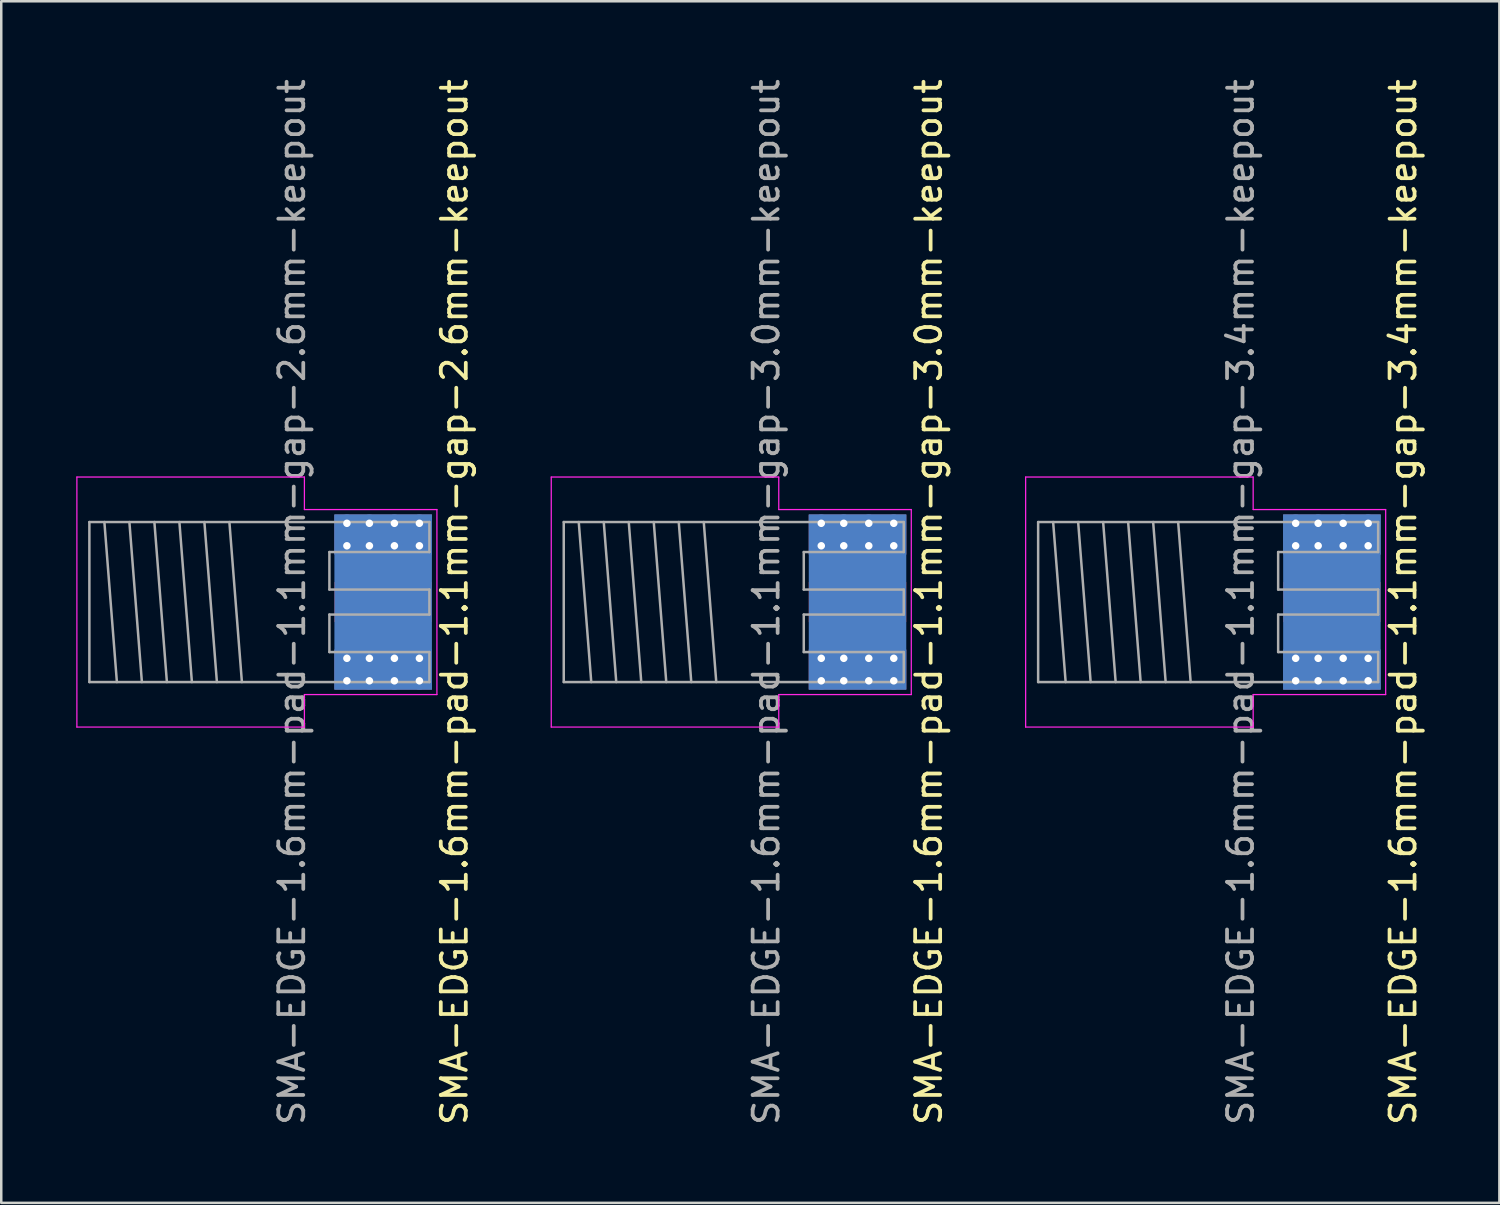
<source format=kicad_pcb>
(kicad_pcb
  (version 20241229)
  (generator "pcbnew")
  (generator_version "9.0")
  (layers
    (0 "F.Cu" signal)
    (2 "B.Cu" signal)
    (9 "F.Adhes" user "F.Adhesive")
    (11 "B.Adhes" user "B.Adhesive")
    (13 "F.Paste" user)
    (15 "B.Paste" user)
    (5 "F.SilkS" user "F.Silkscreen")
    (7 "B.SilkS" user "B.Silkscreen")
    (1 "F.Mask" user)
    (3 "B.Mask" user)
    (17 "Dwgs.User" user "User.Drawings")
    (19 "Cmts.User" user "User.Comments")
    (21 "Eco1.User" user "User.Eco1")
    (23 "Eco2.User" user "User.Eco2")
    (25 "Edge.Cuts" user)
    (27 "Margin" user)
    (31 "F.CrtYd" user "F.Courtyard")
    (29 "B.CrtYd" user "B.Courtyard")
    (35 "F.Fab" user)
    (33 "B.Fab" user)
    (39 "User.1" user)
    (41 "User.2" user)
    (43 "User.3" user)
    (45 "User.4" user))
  (footprint "SMA-EDGE-1.6mm-pad-1.1mm-gap-3.0mm-keepout"
    (layer "F.Cu")
    (at 29.098 21.03)
    (property "Reference" "SMA-EDGE-1.6mm-pad-1.1mm-gap-3.0mm-keepout" (at 5 0 90) (layer "F.SilkS") (effects (font (size 1 1) (thickness 0.15))))
    (attr through_hole)
    (fp_line (start -10.1 -5) (end -10.1 5) (stroke (width 0.05) (type solid)) (layer "F.CrtYd"))
    (fp_line (start -10.1 -5) (end -1 -5) (stroke (width 0.05) (type solid)) (layer "F.CrtYd"))
    (fp_line (start -10.1 5) (end -1 5) (stroke (width 0.05) (type solid)) (layer "F.CrtYd"))
    (fp_line (start -1 -5) (end -1 -3.7) (stroke (width 0.05) (type solid)) (layer "F.CrtYd"))
    (fp_line (start -1 3.7) (end 4.3 3.7) (stroke (width 0.05) (type solid)) (layer "F.CrtYd"))
    (fp_line (start -1 5) (end -1 3.7) (stroke (width 0.05) (type solid)) (layer "F.CrtYd"))
    (fp_line (start 4.3 -3.7) (end -1 -3.7) (stroke (width 0.05) (type solid)) (layer "F.CrtYd"))
    (fp_line (start 4.3 3.7) (end 4.3 -3.7) (stroke (width 0.05) (type solid)) (layer "F.CrtYd"))
    (fp_line (start -9.6 -3.2) (end 4 -3.2) (stroke (width 0.1) (type solid)) (layer "F.Fab"))
    (fp_line (start -9.6 3.2) (end -9.6 -3.2) (stroke (width 0.1) (type solid)) (layer "F.Fab"))
    (fp_line (start -9.6 3.2) (end 4 3.2) (stroke (width 0.1) (type solid)) (layer "F.Fab"))
    (fp_line (start -9 -3.2) (end -8.5 3.2) (stroke (width 0.1) (type solid)) (layer "F.Fab"))
    (fp_line (start -8 -3.2) (end -7.5 3.2) (stroke (width 0.1) (type solid)) (layer "F.Fab"))
    (fp_line (start -7 -3.2) (end -6.5 3.2) (stroke (width 0.1) (type solid)) (layer "F.Fab"))
    (fp_line (start -6 -3.2) (end -5.5 3.2) (stroke (width 0.1) (type solid)) (layer "F.Fab"))
    (fp_line (start -5 -3.2) (end -4.5 3.2) (stroke (width 0.1) (type solid)) (layer "F.Fab"))
    (fp_line (start -4 -3.2) (end -3.5 3.2) (stroke (width 0.1) (type solid)) (layer "F.Fab"))
    (fp_line (start 0 -2) (end 4 -2) (stroke (width 0.1) (type solid)) (layer "F.Fab"))
    (fp_line (start 0 -0.5) (end 0 -2) (stroke (width 0.1) (type solid)) (layer "F.Fab"))
    (fp_line (start 0 0.5) (end 4 0.5) (stroke (width 0.1) (type solid)) (layer "F.Fab"))
    (fp_line (start 0 2) (end 0 0.5) (stroke (width 0.1) (type solid)) (layer "F.Fab"))
    (fp_line (start 4 -2) (end 4 -3.2) (stroke (width 0.1) (type solid)) (layer "F.Fab"))
    (fp_line (start 4 -0.5) (end 0 -0.5) (stroke (width 0.1) (type solid)) (layer "F.Fab"))
    (fp_line (start 4 0.5) (end 4 -0.5) (stroke (width 0.1) (type solid)) (layer "F.Fab"))
    (fp_line (start 4 2) (end 0 2) (stroke (width 0.1) (type solid)) (layer "F.Fab"))
    (fp_line (start 4 3.2) (end 4 2) (stroke (width 0.1) (type solid)) (layer "F.Fab"))
    (fp_text user "${REFERENCE}" (at -1.5 0 90) (layer "F.Fab") (effects (font (size 1 1) (thickness 0.15))))
    (pad "1" smd rect (at 2.15 0) (size 3.9 1.6) (layers "F.Cu" "F.Mask"))
    (pad "2" thru_hole circle (at 0.7 -3.15) (size 0.7 0.7) (drill 0.3) (layers "*.Cu" "*.Mask"))
    (pad "2" thru_hole circle (at 0.7 -2.25) (size 0.7 0.7) (drill 0.3) (layers "*.Cu" "*.Mask"))
    (pad "2" thru_hole circle (at 0.7 2.25) (size 0.7 0.7) (drill 0.3) (layers "*.Cu" "*.Mask"))
    (pad "2" thru_hole circle (at 0.7 3.15) (size 0.7 0.7) (drill 0.3) (layers "*.Cu" "*.Mask"))
    (pad "2" thru_hole circle (at 1.6 -3.15) (size 0.7 0.7) (drill 0.3) (layers "*.Cu" "*.Mask"))
    (pad "2" thru_hole circle (at 1.6 -2.25) (size 0.7 0.7) (drill 0.3) (layers "*.Cu" "*.Mask"))
    (pad "2" thru_hole circle (at 1.6 2.25) (size 0.7 0.7) (drill 0.3) (layers "*.Cu" "*.Mask"))
    (pad "2" thru_hole circle (at 1.6 3.15) (size 0.7 0.7) (drill 0.3) (layers "*.Cu" "*.Mask"))
    (pad "2" smd rect (at 2.15 -2.7) (size 3.9 1.6) (layers "F.Cu" "F.Mask"))
    (pad "2" smd rect (at 2.15 -2.7) (size 3.9 1.6) (layers "B.Cu" "B.Mask"))
    (pad "2" smd rect (at 2.15 0) (size 3.9 7) (layers "B.Cu"))
    (pad "2" smd rect (at 2.15 2.7) (size 3.9 1.6) (layers "F.Cu" "F.Mask"))
    (pad "2" smd rect (at 2.15 2.7) (size 3.9 1.6) (layers "B.Cu" "B.Mask"))
    (pad "2" thru_hole circle (at 2.6 -3.15) (size 0.7 0.7) (drill 0.3) (layers "*.Cu" "*.Mask"))
    (pad "2" thru_hole circle (at 2.6 -2.25) (size 0.7 0.7) (drill 0.3) (layers "*.Cu" "*.Mask"))
    (pad "2" thru_hole circle (at 2.6 2.25) (size 0.7 0.7) (drill 0.3) (layers "*.Cu" "*.Mask"))
    (pad "2" thru_hole circle (at 2.6 3.15) (size 0.7 0.7) (drill 0.3) (layers "*.Cu" "*.Mask"))
    (pad "2" thru_hole circle (at 3.6 -3.15) (size 0.7 0.7) (drill 0.3) (layers "*.Cu" "*.Mask"))
    (pad "2" thru_hole circle (at 3.6 -2.25) (size 0.7 0.7) (drill 0.3) (layers "*.Cu" "*.Mask"))
    (pad "2" thru_hole circle (at 3.6 2.25) (size 0.7 0.7) (drill 0.3) (layers "*.Cu" "*.Mask"))
    (pad "2" thru_hole circle (at 3.6 3.15) (size 0.7 0.7) (drill 0.3) (layers "*.Cu" "*.Mask"))
    (zone (net_name "") (layer "In1.Cu") (name "SMA keepout") (hatch edge 0.508) (connect_pads) (min_thickness 0.254) (filled_areas_thickness no) (keepout (tracks not_allowed) (vias not_allowed) (pads not_allowed) (copperpour not_allowed) (footprints not_allowed)) (placement (enabled no)) (fill) (polygon (pts (xy 33.198 22.53) (xy 29.098 22.53) (xy 29.098 19.53) (xy 33.198 19.53)))))
  (footprint "SMA-EDGE-1.6mm-pad-1.1mm-gap-3.4mm-keepout"
    (layer "F.Cu")
    (at 48.072 21.03)
    (property "Reference" "SMA-EDGE-1.6mm-pad-1.1mm-gap-3.4mm-keepout" (at 5 0 90) (layer "F.SilkS") (effects (font (size 1 1) (thickness 0.15))))
    (attr through_hole)
    (fp_line (start -10.1 -5) (end -10.1 5) (stroke (width 0.05) (type solid)) (layer "F.CrtYd"))
    (fp_line (start -10.1 -5) (end -1 -5) (stroke (width 0.05) (type solid)) (layer "F.CrtYd"))
    (fp_line (start -10.1 5) (end -1 5) (stroke (width 0.05) (type solid)) (layer "F.CrtYd"))
    (fp_line (start -1 -5) (end -1 -3.7) (stroke (width 0.05) (type solid)) (layer "F.CrtYd"))
    (fp_line (start -1 3.7) (end 4.3 3.7) (stroke (width 0.05) (type solid)) (layer "F.CrtYd"))
    (fp_line (start -1 5) (end -1 3.7) (stroke (width 0.05) (type solid)) (layer "F.CrtYd"))
    (fp_line (start 4.3 -3.7) (end -1 -3.7) (stroke (width 0.05) (type solid)) (layer "F.CrtYd"))
    (fp_line (start 4.3 3.7) (end 4.3 -3.7) (stroke (width 0.05) (type solid)) (layer "F.CrtYd"))
    (fp_line (start -9.6 -3.2) (end 4 -3.2) (stroke (width 0.1) (type solid)) (layer "F.Fab"))
    (fp_line (start -9.6 3.2) (end -9.6 -3.2) (stroke (width 0.1) (type solid)) (layer "F.Fab"))
    (fp_line (start -9.6 3.2) (end 4 3.2) (stroke (width 0.1) (type solid)) (layer "F.Fab"))
    (fp_line (start -9 -3.2) (end -8.5 3.2) (stroke (width 0.1) (type solid)) (layer "F.Fab"))
    (fp_line (start -8 -3.2) (end -7.5 3.2) (stroke (width 0.1) (type solid)) (layer "F.Fab"))
    (fp_line (start -7 -3.2) (end -6.5 3.2) (stroke (width 0.1) (type solid)) (layer "F.Fab"))
    (fp_line (start -6 -3.2) (end -5.5 3.2) (stroke (width 0.1) (type solid)) (layer "F.Fab"))
    (fp_line (start -5 -3.2) (end -4.5 3.2) (stroke (width 0.1) (type solid)) (layer "F.Fab"))
    (fp_line (start -4 -3.2) (end -3.5 3.2) (stroke (width 0.1) (type solid)) (layer "F.Fab"))
    (fp_line (start 0 -2) (end 4 -2) (stroke (width 0.1) (type solid)) (layer "F.Fab"))
    (fp_line (start 0 -0.5) (end 0 -2) (stroke (width 0.1) (type solid)) (layer "F.Fab"))
    (fp_line (start 0 0.5) (end 4 0.5) (stroke (width 0.1) (type solid)) (layer "F.Fab"))
    (fp_line (start 0 2) (end 0 0.5) (stroke (width 0.1) (type solid)) (layer "F.Fab"))
    (fp_line (start 4 -2) (end 4 -3.2) (stroke (width 0.1) (type solid)) (layer "F.Fab"))
    (fp_line (start 4 -0.5) (end 0 -0.5) (stroke (width 0.1) (type solid)) (layer "F.Fab"))
    (fp_line (start 4 0.5) (end 4 -0.5) (stroke (width 0.1) (type solid)) (layer "F.Fab"))
    (fp_line (start 4 2) (end 0 2) (stroke (width 0.1) (type solid)) (layer "F.Fab"))
    (fp_line (start 4 3.2) (end 4 2) (stroke (width 0.1) (type solid)) (layer "F.Fab"))
    (fp_text user "${REFERENCE}" (at -1.5 0 90) (layer "F.Fab") (effects (font (size 1 1) (thickness 0.15))))
    (pad "1" smd rect (at 2.15 0) (size 3.9 1.6) (layers "F.Cu" "F.Mask"))
    (pad "2" thru_hole circle (at 0.7 -3.15) (size 0.7 0.7) (drill 0.3) (layers "*.Cu" "*.Mask"))
    (pad "2" thru_hole circle (at 0.7 -2.25) (size 0.7 0.7) (drill 0.3) (layers "*.Cu" "*.Mask"))
    (pad "2" thru_hole circle (at 0.7 2.25) (size 0.7 0.7) (drill 0.3) (layers "*.Cu" "*.Mask"))
    (pad "2" thru_hole circle (at 0.7 3.15) (size 0.7 0.7) (drill 0.3) (layers "*.Cu" "*.Mask"))
    (pad "2" thru_hole circle (at 1.6 -3.15) (size 0.7 0.7) (drill 0.3) (layers "*.Cu" "*.Mask"))
    (pad "2" thru_hole circle (at 1.6 -2.25) (size 0.7 0.7) (drill 0.3) (layers "*.Cu" "*.Mask"))
    (pad "2" thru_hole circle (at 1.6 2.25) (size 0.7 0.7) (drill 0.3) (layers "*.Cu" "*.Mask"))
    (pad "2" thru_hole circle (at 1.6 3.15) (size 0.7 0.7) (drill 0.3) (layers "*.Cu" "*.Mask"))
    (pad "2" smd rect (at 2.15 -2.7) (size 3.9 1.6) (layers "F.Cu" "F.Mask"))
    (pad "2" smd rect (at 2.15 -2.7) (size 3.9 1.6) (layers "B.Cu" "B.Mask"))
    (pad "2" smd rect (at 2.15 0) (size 3.9 7) (layers "B.Cu"))
    (pad "2" smd rect (at 2.15 2.7) (size 3.9 1.6) (layers "F.Cu" "F.Mask"))
    (pad "2" smd rect (at 2.15 2.7) (size 3.9 1.6) (layers "B.Cu" "B.Mask"))
    (pad "2" thru_hole circle (at 2.6 -3.15) (size 0.7 0.7) (drill 0.3) (layers "*.Cu" "*.Mask"))
    (pad "2" thru_hole circle (at 2.6 -2.25) (size 0.7 0.7) (drill 0.3) (layers "*.Cu" "*.Mask"))
    (pad "2" thru_hole circle (at 2.6 2.25) (size 0.7 0.7) (drill 0.3) (layers "*.Cu" "*.Mask"))
    (pad "2" thru_hole circle (at 2.6 3.15) (size 0.7 0.7) (drill 0.3) (layers "*.Cu" "*.Mask"))
    (pad "2" thru_hole circle (at 3.6 -3.15) (size 0.7 0.7) (drill 0.3) (layers "*.Cu" "*.Mask"))
    (pad "2" thru_hole circle (at 3.6 -2.25) (size 0.7 0.7) (drill 0.3) (layers "*.Cu" "*.Mask"))
    (pad "2" thru_hole circle (at 3.6 2.25) (size 0.7 0.7) (drill 0.3) (layers "*.Cu" "*.Mask"))
    (pad "2" thru_hole circle (at 3.6 3.15) (size 0.7 0.7) (drill 0.3) (layers "*.Cu" "*.Mask"))
    (zone (net_name "") (layer "In1.Cu") (name "SMA keepout") (hatch edge 0.508) (connect_pads) (min_thickness 0.254) (filled_areas_thickness no) (keepout (tracks not_allowed) (vias not_allowed) (pads not_allowed) (copperpour not_allowed) (footprints not_allowed)) (placement (enabled no)) (fill) (polygon (pts (xy 52.172 22.73) (xy 48.072 22.73) (xy 48.072 19.33) (xy 52.172 19.33)))))
  (footprint "SMA-EDGE-1.6mm-pad-1.1mm-gap-2.6mm-keepout"
    (layer "F.Cu")
    (at 10.125 21.03)
    (property "Reference" "SMA-EDGE-1.6mm-pad-1.1mm-gap-2.6mm-keepout" (at 5 0 90) (layer "F.SilkS") (effects (font (size 1 1) (thickness 0.15))))
    (attr through_hole)
    (fp_line (start -10.1 -5) (end -10.1 5) (stroke (width 0.05) (type solid)) (layer "F.CrtYd"))
    (fp_line (start -10.1 -5) (end -1 -5) (stroke (width 0.05) (type solid)) (layer "F.CrtYd"))
    (fp_line (start -10.1 5) (end -1 5) (stroke (width 0.05) (type solid)) (layer "F.CrtYd"))
    (fp_line (start -1 -5) (end -1 -3.7) (stroke (width 0.05) (type solid)) (layer "F.CrtYd"))
    (fp_line (start -1 3.7) (end 4.3 3.7) (stroke (width 0.05) (type solid)) (layer "F.CrtYd"))
    (fp_line (start -1 5) (end -1 3.7) (stroke (width 0.05) (type solid)) (layer "F.CrtYd"))
    (fp_line (start 4.3 -3.7) (end -1 -3.7) (stroke (width 0.05) (type solid)) (layer "F.CrtYd"))
    (fp_line (start 4.3 3.7) (end 4.3 -3.7) (stroke (width 0.05) (type solid)) (layer "F.CrtYd"))
    (fp_line (start -9.6 -3.2) (end 4 -3.2) (stroke (width 0.1) (type solid)) (layer "F.Fab"))
    (fp_line (start -9.6 3.2) (end -9.6 -3.2) (stroke (width 0.1) (type solid)) (layer "F.Fab"))
    (fp_line (start -9.6 3.2) (end 4 3.2) (stroke (width 0.1) (type solid)) (layer "F.Fab"))
    (fp_line (start -9 -3.2) (end -8.5 3.2) (stroke (width 0.1) (type solid)) (layer "F.Fab"))
    (fp_line (start -8 -3.2) (end -7.5 3.2) (stroke (width 0.1) (type solid)) (layer "F.Fab"))
    (fp_line (start -7 -3.2) (end -6.5 3.2) (stroke (width 0.1) (type solid)) (layer "F.Fab"))
    (fp_line (start -6 -3.2) (end -5.5 3.2) (stroke (width 0.1) (type solid)) (layer "F.Fab"))
    (fp_line (start -5 -3.2) (end -4.5 3.2) (stroke (width 0.1) (type solid)) (layer "F.Fab"))
    (fp_line (start -4 -3.2) (end -3.5 3.2) (stroke (width 0.1) (type solid)) (layer "F.Fab"))
    (fp_line (start 0 -2) (end 4 -2) (stroke (width 0.1) (type solid)) (layer "F.Fab"))
    (fp_line (start 0 -0.5) (end 0 -2) (stroke (width 0.1) (type solid)) (layer "F.Fab"))
    (fp_line (start 0 0.5) (end 4 0.5) (stroke (width 0.1) (type solid)) (layer "F.Fab"))
    (fp_line (start 0 2) (end 0 0.5) (stroke (width 0.1) (type solid)) (layer "F.Fab"))
    (fp_line (start 4 -2) (end 4 -3.2) (stroke (width 0.1) (type solid)) (layer "F.Fab"))
    (fp_line (start 4 -0.5) (end 0 -0.5) (stroke (width 0.1) (type solid)) (layer "F.Fab"))
    (fp_line (start 4 0.5) (end 4 -0.5) (stroke (width 0.1) (type solid)) (layer "F.Fab"))
    (fp_line (start 4 2) (end 0 2) (stroke (width 0.1) (type solid)) (layer "F.Fab"))
    (fp_line (start 4 3.2) (end 4 2) (stroke (width 0.1) (type solid)) (layer "F.Fab"))
    (fp_text user "${REFERENCE}" (at -1.5 0 90) (layer "F.Fab") (effects (font (size 1 1) (thickness 0.15))))
    (pad "1" smd rect (at 2.15 0) (size 3.9 1.6) (layers "F.Cu" "F.Mask"))
    (pad "2" thru_hole circle (at 0.7 -3.15) (size 0.7 0.7) (drill 0.3) (layers "*.Cu" "*.Mask"))
    (pad "2" thru_hole circle (at 0.7 -2.25) (size 0.7 0.7) (drill 0.3) (layers "*.Cu" "*.Mask"))
    (pad "2" thru_hole circle (at 0.7 2.25) (size 0.7 0.7) (drill 0.3) (layers "*.Cu" "*.Mask"))
    (pad "2" thru_hole circle (at 0.7 3.15) (size 0.7 0.7) (drill 0.3) (layers "*.Cu" "*.Mask"))
    (pad "2" thru_hole circle (at 1.6 -3.15) (size 0.7 0.7) (drill 0.3) (layers "*.Cu" "*.Mask"))
    (pad "2" thru_hole circle (at 1.6 -2.25) (size 0.7 0.7) (drill 0.3) (layers "*.Cu" "*.Mask"))
    (pad "2" thru_hole circle (at 1.6 2.25) (size 0.7 0.7) (drill 0.3) (layers "*.Cu" "*.Mask"))
    (pad "2" thru_hole circle (at 1.6 3.15) (size 0.7 0.7) (drill 0.3) (layers "*.Cu" "*.Mask"))
    (pad "2" smd rect (at 2.15 -2.7) (size 3.9 1.6) (layers "F.Cu" "F.Mask"))
    (pad "2" smd rect (at 2.15 -2.7) (size 3.9 1.6) (layers "B.Cu" "B.Mask"))
    (pad "2" smd rect (at 2.15 0) (size 3.9 7) (layers "B.Cu"))
    (pad "2" smd rect (at 2.15 2.7) (size 3.9 1.6) (layers "F.Cu" "F.Mask"))
    (pad "2" smd rect (at 2.15 2.7) (size 3.9 1.6) (layers "B.Cu" "B.Mask"))
    (pad "2" thru_hole circle (at 2.6 -3.15) (size 0.7 0.7) (drill 0.3) (layers "*.Cu" "*.Mask"))
    (pad "2" thru_hole circle (at 2.6 -2.25) (size 0.7 0.7) (drill 0.3) (layers "*.Cu" "*.Mask"))
    (pad "2" thru_hole circle (at 2.6 2.25) (size 0.7 0.7) (drill 0.3) (layers "*.Cu" "*.Mask"))
    (pad "2" thru_hole circle (at 2.6 3.15) (size 0.7 0.7) (drill 0.3) (layers "*.Cu" "*.Mask"))
    (pad "2" thru_hole circle (at 3.6 -3.15) (size 0.7 0.7) (drill 0.3) (layers "*.Cu" "*.Mask"))
    (pad "2" thru_hole circle (at 3.6 -2.25) (size 0.7 0.7) (drill 0.3) (layers "*.Cu" "*.Mask"))
    (pad "2" thru_hole circle (at 3.6 2.25) (size 0.7 0.7) (drill 0.3) (layers "*.Cu" "*.Mask"))
    (pad "2" thru_hole circle (at 3.6 3.15) (size 0.7 0.7) (drill 0.3) (layers "*.Cu" "*.Mask"))
    (zone (net_name "") (layer "In1.Cu") (name "SMA keepout") (hatch edge 0.508) (connect_pads) (min_thickness 0.254) (filled_areas_thickness no) (keepout (tracks not_allowed) (vias not_allowed) (pads not_allowed) (copperpour not_allowed) (footprints not_allowed)) (placement (enabled no)) (fill) (polygon (pts (xy 14.225 22.33) (xy 10.125 22.33) (xy 10.125 19.73) (xy 14.225 19.73)))))
  (gr_rect
    (start -3 -3)
    (end 56.92 45.06)
    (stroke (width 0.1) (type default))
    (fill no)
    (layer "Edge.Cuts")))
</source>
